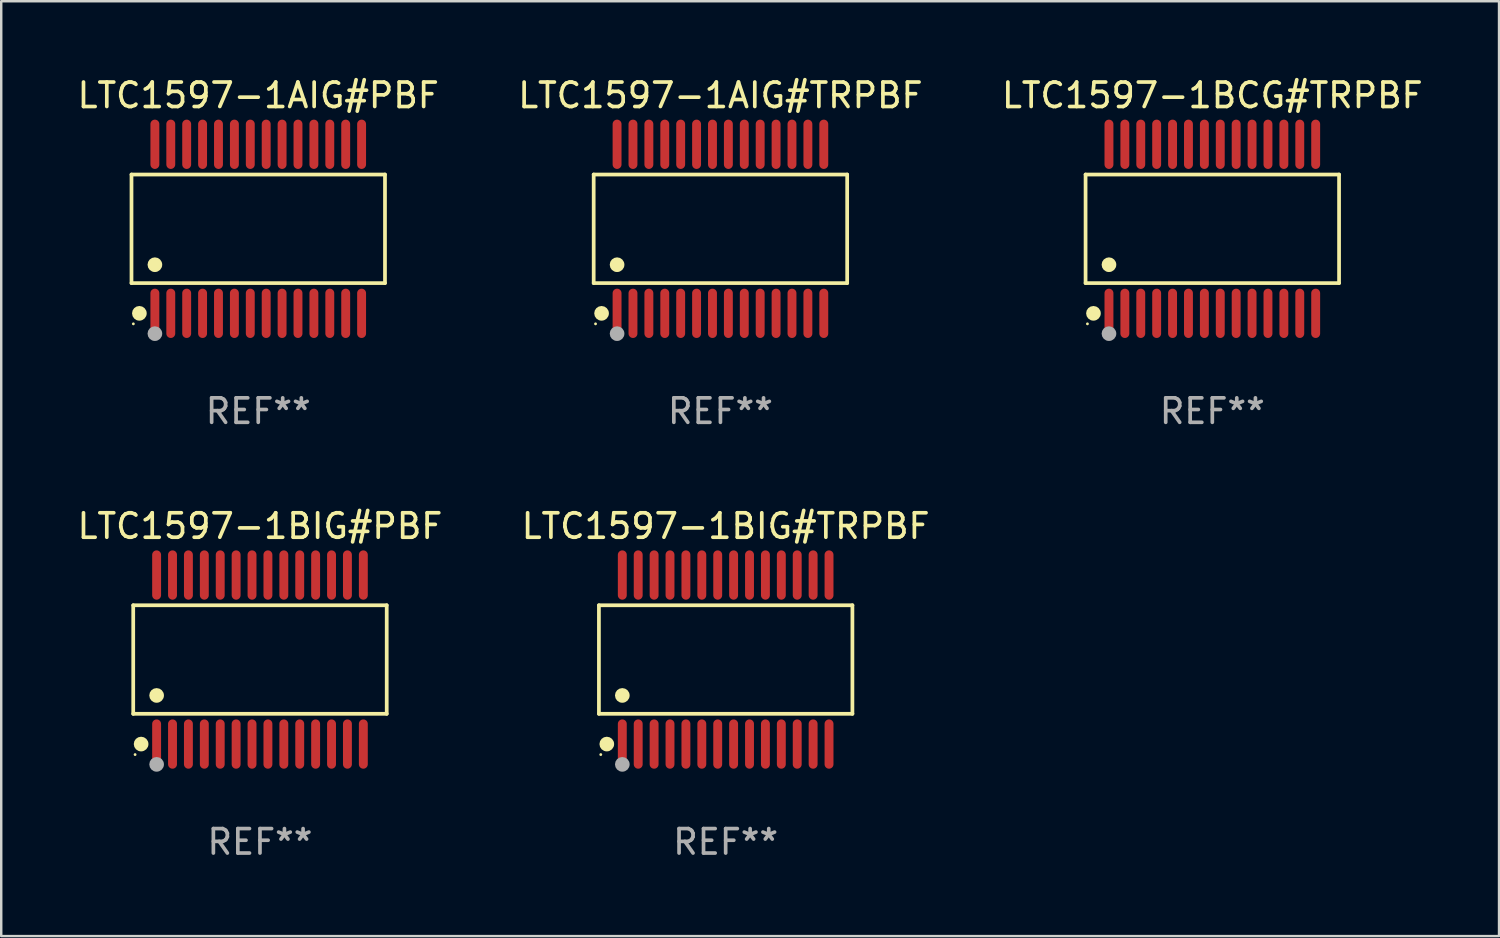
<source format=kicad_pcb>
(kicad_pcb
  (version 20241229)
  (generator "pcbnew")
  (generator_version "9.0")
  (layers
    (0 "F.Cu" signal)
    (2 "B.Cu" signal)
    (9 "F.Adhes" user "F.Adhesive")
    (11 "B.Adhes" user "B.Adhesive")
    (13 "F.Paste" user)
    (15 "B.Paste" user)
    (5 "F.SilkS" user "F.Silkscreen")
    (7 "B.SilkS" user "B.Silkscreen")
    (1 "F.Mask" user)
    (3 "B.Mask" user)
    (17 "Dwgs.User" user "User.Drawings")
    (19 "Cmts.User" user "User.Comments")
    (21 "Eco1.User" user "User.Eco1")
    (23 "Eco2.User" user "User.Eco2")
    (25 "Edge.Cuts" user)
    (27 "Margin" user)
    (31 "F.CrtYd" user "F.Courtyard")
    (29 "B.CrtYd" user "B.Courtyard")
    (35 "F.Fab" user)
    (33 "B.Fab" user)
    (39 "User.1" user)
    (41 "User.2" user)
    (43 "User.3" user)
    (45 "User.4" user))
  (footprint "LTC1597-1BIG#TRPBF"
    (layer "F.Cu")
    (at 26.613 23.91)
    (property "Reference" "LTC1597-1BIG#TRPBF" (at 0 -5.455 0) (layer "F.SilkS") (effects (font (size 1 1) (thickness 0.15))))
    (attr through_hole)
    (fp_line (start -5.181 -2.219) (end 5.181 -2.219) (stroke (width 0.152) (type solid)) (layer "F.SilkS"))
    (fp_line (start -5.181 2.219) (end -5.181 -2.219) (stroke (width 0.152) (type solid)) (layer "F.SilkS"))
    (fp_line (start 5.181 -2.219) (end 5.181 2.219) (stroke (width 0.152) (type solid)) (layer "F.SilkS"))
    (fp_line (start 5.181 2.219) (end -5.181 2.219) (stroke (width 0.152) (type solid)) (layer "F.SilkS"))
    (fp_circle (center -5.105 3.885) (end -5.075 3.885) (stroke (width 0.06) (type solid)) (fill no) (layer "F.SilkS"))
    (fp_circle (center -4.859 3.455) (end -4.709 3.455) (stroke (width 0.3) (type solid)) (fill no) (layer "F.SilkS"))
    (fp_circle (center -4.225 1.467) (end -4.075 1.467) (stroke (width 0.3) (type solid)) (fill no) (layer "F.SilkS"))
    (fp_circle (center -4.225 4.285) (end -4.075 4.285) (stroke (width 0.3) (type solid)) (fill no) (layer "F.Fab"))
    (fp_text user "REF**" (at 0 7.455 0) (layer "F.Fab") (effects (font (size 1 1) (thickness 0.15))))
    (pad "1" smd oval (at -4.225 3.455) (size 0.364 2.015) (layers "F.Cu" "F.Mask" "F.Paste"))
    (pad "2" smd oval (at -3.575 3.455) (size 0.364 2.015) (layers "F.Cu" "F.Mask" "F.Paste"))
    (pad "3" smd oval (at -2.925 3.455) (size 0.364 2.015) (layers "F.Cu" "F.Mask" "F.Paste"))
    (pad "4" smd oval (at -2.275 3.455) (size 0.364 2.015) (layers "F.Cu" "F.Mask" "F.Paste"))
    (pad "5" smd oval (at -1.625 3.455) (size 0.364 2.015) (layers "F.Cu" "F.Mask" "F.Paste"))
    (pad "6" smd oval (at -0.975 3.455) (size 0.364 2.015) (layers "F.Cu" "F.Mask" "F.Paste"))
    (pad "7" smd oval (at -0.325 3.455) (size 0.364 2.015) (layers "F.Cu" "F.Mask" "F.Paste"))
    (pad "8" smd oval (at 0.325 3.455) (size 0.364 2.015) (layers "F.Cu" "F.Mask" "F.Paste"))
    (pad "9" smd oval (at 0.975 3.455) (size 0.364 2.015) (layers "F.Cu" "F.Mask" "F.Paste"))
    (pad "10" smd oval (at 1.625 3.455) (size 0.364 2.015) (layers "F.Cu" "F.Mask" "F.Paste"))
    (pad "11" smd oval (at 2.275 3.455) (size 0.364 2.015) (layers "F.Cu" "F.Mask" "F.Paste"))
    (pad "12" smd oval (at 2.925 3.455) (size 0.364 2.015) (layers "F.Cu" "F.Mask" "F.Paste"))
    (pad "13" smd oval (at 3.575 3.455) (size 0.364 2.015) (layers "F.Cu" "F.Mask" "F.Paste"))
    (pad "14" smd oval (at 4.225 3.455) (size 0.364 2.015) (layers "F.Cu" "F.Mask" "F.Paste"))
    (pad "15" smd oval (at 4.225 -3.455) (size 0.364 2.015) (layers "F.Cu" "F.Mask" "F.Paste"))
    (pad "16" smd oval (at 3.575 -3.455) (size 0.364 2.015) (layers "F.Cu" "F.Mask" "F.Paste"))
    (pad "17" smd oval (at 2.925 -3.455) (size 0.364 2.015) (layers "F.Cu" "F.Mask" "F.Paste"))
    (pad "18" smd oval (at 2.275 -3.455) (size 0.364 2.015) (layers "F.Cu" "F.Mask" "F.Paste"))
    (pad "19" smd oval (at 1.625 -3.455) (size 0.364 2.015) (layers "F.Cu" "F.Mask" "F.Paste"))
    (pad "20" smd oval (at 0.975 -3.455) (size 0.364 2.015) (layers "F.Cu" "F.Mask" "F.Paste"))
    (pad "21" smd oval (at 0.325 -3.455) (size 0.364 2.015) (layers "F.Cu" "F.Mask" "F.Paste"))
    (pad "22" smd oval (at -0.325 -3.455) (size 0.364 2.015) (layers "F.Cu" "F.Mask" "F.Paste"))
    (pad "23" smd oval (at -0.975 -3.455) (size 0.364 2.015) (layers "F.Cu" "F.Mask" "F.Paste"))
    (pad "24" smd oval (at -1.625 -3.455) (size 0.364 2.015) (layers "F.Cu" "F.Mask" "F.Paste"))
    (pad "25" smd oval (at -2.275 -3.455) (size 0.364 2.015) (layers "F.Cu" "F.Mask" "F.Paste"))
    (pad "26" smd oval (at -2.925 -3.455) (size 0.364 2.015) (layers "F.Cu" "F.Mask" "F.Paste"))
    (pad "27" smd oval (at -3.575 -3.455) (size 0.364 2.015) (layers "F.Cu" "F.Mask" "F.Paste"))
    (pad "28" smd oval (at -4.225 -3.455) (size 0.364 2.015) (layers "F.Cu" "F.Mask" "F.Paste")))
  (footprint "LTC1597-1AIG#PBF"
    (layer "F.Cu")
    (at 7.506 6.303)
    (property "Reference" "LTC1597-1AIG#PBF" (at 0 -5.455 0) (layer "F.SilkS") (effects (font (size 1 1) (thickness 0.15))))
    (attr through_hole)
    (fp_line (start -5.181 -2.219) (end 5.181 -2.219) (stroke (width 0.152) (type solid)) (layer "F.SilkS"))
    (fp_line (start -5.181 2.219) (end -5.181 -2.219) (stroke (width 0.152) (type solid)) (layer "F.SilkS"))
    (fp_line (start 5.181 -2.219) (end 5.181 2.219) (stroke (width 0.152) (type solid)) (layer "F.SilkS"))
    (fp_line (start 5.181 2.219) (end -5.181 2.219) (stroke (width 0.152) (type solid)) (layer "F.SilkS"))
    (fp_circle (center -5.105 3.885) (end -5.075 3.885) (stroke (width 0.06) (type solid)) (fill no) (layer "F.SilkS"))
    (fp_circle (center -4.859 3.455) (end -4.709 3.455) (stroke (width 0.3) (type solid)) (fill no) (layer "F.SilkS"))
    (fp_circle (center -4.225 1.467) (end -4.075 1.467) (stroke (width 0.3) (type solid)) (fill no) (layer "F.SilkS"))
    (fp_circle (center -4.225 4.285) (end -4.075 4.285) (stroke (width 0.3) (type solid)) (fill no) (layer "F.Fab"))
    (fp_text user "REF**" (at 0 7.455 0) (layer "F.Fab") (effects (font (size 1 1) (thickness 0.15))))
    (pad "1" smd oval (at -4.225 3.455) (size 0.364 2.015) (layers "F.Cu" "F.Mask" "F.Paste"))
    (pad "2" smd oval (at -3.575 3.455) (size 0.364 2.015) (layers "F.Cu" "F.Mask" "F.Paste"))
    (pad "3" smd oval (at -2.925 3.455) (size 0.364 2.015) (layers "F.Cu" "F.Mask" "F.Paste"))
    (pad "4" smd oval (at -2.275 3.455) (size 0.364 2.015) (layers "F.Cu" "F.Mask" "F.Paste"))
    (pad "5" smd oval (at -1.625 3.455) (size 0.364 2.015) (layers "F.Cu" "F.Mask" "F.Paste"))
    (pad "6" smd oval (at -0.975 3.455) (size 0.364 2.015) (layers "F.Cu" "F.Mask" "F.Paste"))
    (pad "7" smd oval (at -0.325 3.455) (size 0.364 2.015) (layers "F.Cu" "F.Mask" "F.Paste"))
    (pad "8" smd oval (at 0.325 3.455) (size 0.364 2.015) (layers "F.Cu" "F.Mask" "F.Paste"))
    (pad "9" smd oval (at 0.975 3.455) (size 0.364 2.015) (layers "F.Cu" "F.Mask" "F.Paste"))
    (pad "10" smd oval (at 1.625 3.455) (size 0.364 2.015) (layers "F.Cu" "F.Mask" "F.Paste"))
    (pad "11" smd oval (at 2.275 3.455) (size 0.364 2.015) (layers "F.Cu" "F.Mask" "F.Paste"))
    (pad "12" smd oval (at 2.925 3.455) (size 0.364 2.015) (layers "F.Cu" "F.Mask" "F.Paste"))
    (pad "13" smd oval (at 3.575 3.455) (size 0.364 2.015) (layers "F.Cu" "F.Mask" "F.Paste"))
    (pad "14" smd oval (at 4.225 3.455) (size 0.364 2.015) (layers "F.Cu" "F.Mask" "F.Paste"))
    (pad "15" smd oval (at 4.225 -3.455) (size 0.364 2.015) (layers "F.Cu" "F.Mask" "F.Paste"))
    (pad "16" smd oval (at 3.575 -3.455) (size 0.364 2.015) (layers "F.Cu" "F.Mask" "F.Paste"))
    (pad "17" smd oval (at 2.925 -3.455) (size 0.364 2.015) (layers "F.Cu" "F.Mask" "F.Paste"))
    (pad "18" smd oval (at 2.275 -3.455) (size 0.364 2.015) (layers "F.Cu" "F.Mask" "F.Paste"))
    (pad "19" smd oval (at 1.625 -3.455) (size 0.364 2.015) (layers "F.Cu" "F.Mask" "F.Paste"))
    (pad "20" smd oval (at 0.975 -3.455) (size 0.364 2.015) (layers "F.Cu" "F.Mask" "F.Paste"))
    (pad "21" smd oval (at 0.325 -3.455) (size 0.364 2.015) (layers "F.Cu" "F.Mask" "F.Paste"))
    (pad "22" smd oval (at -0.325 -3.455) (size 0.364 2.015) (layers "F.Cu" "F.Mask" "F.Paste"))
    (pad "23" smd oval (at -0.975 -3.455) (size 0.364 2.015) (layers "F.Cu" "F.Mask" "F.Paste"))
    (pad "24" smd oval (at -1.625 -3.455) (size 0.364 2.015) (layers "F.Cu" "F.Mask" "F.Paste"))
    (pad "25" smd oval (at -2.275 -3.455) (size 0.364 2.015) (layers "F.Cu" "F.Mask" "F.Paste"))
    (pad "26" smd oval (at -2.925 -3.455) (size 0.364 2.015) (layers "F.Cu" "F.Mask" "F.Paste"))
    (pad "27" smd oval (at -3.575 -3.455) (size 0.364 2.015) (layers "F.Cu" "F.Mask" "F.Paste"))
    (pad "28" smd oval (at -4.225 -3.455) (size 0.364 2.015) (layers "F.Cu" "F.Mask" "F.Paste")))
  (footprint "LTC1597-1BCG#TRPBF"
    (layer "F.Cu")
    (at 46.506 6.303)
    (property "Reference" "LTC1597-1BCG#TRPBF" (at 0 -5.455 0) (layer "F.SilkS") (effects (font (size 1 1) (thickness 0.15))))
    (attr through_hole)
    (fp_line (start -5.181 -2.219) (end 5.181 -2.219) (stroke (width 0.152) (type solid)) (layer "F.SilkS"))
    (fp_line (start -5.181 2.219) (end -5.181 -2.219) (stroke (width 0.152) (type solid)) (layer "F.SilkS"))
    (fp_line (start 5.181 -2.219) (end 5.181 2.219) (stroke (width 0.152) (type solid)) (layer "F.SilkS"))
    (fp_line (start 5.181 2.219) (end -5.181 2.219) (stroke (width 0.152) (type solid)) (layer "F.SilkS"))
    (fp_circle (center -5.105 3.885) (end -5.075 3.885) (stroke (width 0.06) (type solid)) (fill no) (layer "F.SilkS"))
    (fp_circle (center -4.859 3.455) (end -4.709 3.455) (stroke (width 0.3) (type solid)) (fill no) (layer "F.SilkS"))
    (fp_circle (center -4.225 1.467) (end -4.075 1.467) (stroke (width 0.3) (type solid)) (fill no) (layer "F.SilkS"))
    (fp_circle (center -4.225 4.285) (end -4.075 4.285) (stroke (width 0.3) (type solid)) (fill no) (layer "F.Fab"))
    (fp_text user "REF**" (at 0 7.455 0) (layer "F.Fab") (effects (font (size 1 1) (thickness 0.15))))
    (pad "1" smd oval (at -4.225 3.455) (size 0.364 2.015) (layers "F.Cu" "F.Mask" "F.Paste"))
    (pad "2" smd oval (at -3.575 3.455) (size 0.364 2.015) (layers "F.Cu" "F.Mask" "F.Paste"))
    (pad "3" smd oval (at -2.925 3.455) (size 0.364 2.015) (layers "F.Cu" "F.Mask" "F.Paste"))
    (pad "4" smd oval (at -2.275 3.455) (size 0.364 2.015) (layers "F.Cu" "F.Mask" "F.Paste"))
    (pad "5" smd oval (at -1.625 3.455) (size 0.364 2.015) (layers "F.Cu" "F.Mask" "F.Paste"))
    (pad "6" smd oval (at -0.975 3.455) (size 0.364 2.015) (layers "F.Cu" "F.Mask" "F.Paste"))
    (pad "7" smd oval (at -0.325 3.455) (size 0.364 2.015) (layers "F.Cu" "F.Mask" "F.Paste"))
    (pad "8" smd oval (at 0.325 3.455) (size 0.364 2.015) (layers "F.Cu" "F.Mask" "F.Paste"))
    (pad "9" smd oval (at 0.975 3.455) (size 0.364 2.015) (layers "F.Cu" "F.Mask" "F.Paste"))
    (pad "10" smd oval (at 1.625 3.455) (size 0.364 2.015) (layers "F.Cu" "F.Mask" "F.Paste"))
    (pad "11" smd oval (at 2.275 3.455) (size 0.364 2.015) (layers "F.Cu" "F.Mask" "F.Paste"))
    (pad "12" smd oval (at 2.925 3.455) (size 0.364 2.015) (layers "F.Cu" "F.Mask" "F.Paste"))
    (pad "13" smd oval (at 3.575 3.455) (size 0.364 2.015) (layers "F.Cu" "F.Mask" "F.Paste"))
    (pad "14" smd oval (at 4.225 3.455) (size 0.364 2.015) (layers "F.Cu" "F.Mask" "F.Paste"))
    (pad "15" smd oval (at 4.225 -3.455) (size 0.364 2.015) (layers "F.Cu" "F.Mask" "F.Paste"))
    (pad "16" smd oval (at 3.575 -3.455) (size 0.364 2.015) (layers "F.Cu" "F.Mask" "F.Paste"))
    (pad "17" smd oval (at 2.925 -3.455) (size 0.364 2.015) (layers "F.Cu" "F.Mask" "F.Paste"))
    (pad "18" smd oval (at 2.275 -3.455) (size 0.364 2.015) (layers "F.Cu" "F.Mask" "F.Paste"))
    (pad "19" smd oval (at 1.625 -3.455) (size 0.364 2.015) (layers "F.Cu" "F.Mask" "F.Paste"))
    (pad "20" smd oval (at 0.975 -3.455) (size 0.364 2.015) (layers "F.Cu" "F.Mask" "F.Paste"))
    (pad "21" smd oval (at 0.325 -3.455) (size 0.364 2.015) (layers "F.Cu" "F.Mask" "F.Paste"))
    (pad "22" smd oval (at -0.325 -3.455) (size 0.364 2.015) (layers "F.Cu" "F.Mask" "F.Paste"))
    (pad "23" smd oval (at -0.975 -3.455) (size 0.364 2.015) (layers "F.Cu" "F.Mask" "F.Paste"))
    (pad "24" smd oval (at -1.625 -3.455) (size 0.364 2.015) (layers "F.Cu" "F.Mask" "F.Paste"))
    (pad "25" smd oval (at -2.275 -3.455) (size 0.364 2.015) (layers "F.Cu" "F.Mask" "F.Paste"))
    (pad "26" smd oval (at -2.925 -3.455) (size 0.364 2.015) (layers "F.Cu" "F.Mask" "F.Paste"))
    (pad "27" smd oval (at -3.575 -3.455) (size 0.364 2.015) (layers "F.Cu" "F.Mask" "F.Paste"))
    (pad "28" smd oval (at -4.225 -3.455) (size 0.364 2.015) (layers "F.Cu" "F.Mask" "F.Paste")))
  (footprint "LTC1597-1BIG#PBF"
    (layer "F.Cu")
    (at 7.577 23.91)
    (property "Reference" "LTC1597-1BIG#PBF" (at 0 -5.455 0) (layer "F.SilkS") (effects (font (size 1 1) (thickness 0.15))))
    (attr through_hole)
    (fp_line (start -5.181 -2.219) (end 5.181 -2.219) (stroke (width 0.152) (type solid)) (layer "F.SilkS"))
    (fp_line (start -5.181 2.219) (end -5.181 -2.219) (stroke (width 0.152) (type solid)) (layer "F.SilkS"))
    (fp_line (start 5.181 -2.219) (end 5.181 2.219) (stroke (width 0.152) (type solid)) (layer "F.SilkS"))
    (fp_line (start 5.181 2.219) (end -5.181 2.219) (stroke (width 0.152) (type solid)) (layer "F.SilkS"))
    (fp_circle (center -5.105 3.885) (end -5.075 3.885) (stroke (width 0.06) (type solid)) (fill no) (layer "F.SilkS"))
    (fp_circle (center -4.859 3.455) (end -4.709 3.455) (stroke (width 0.3) (type solid)) (fill no) (layer "F.SilkS"))
    (fp_circle (center -4.225 1.467) (end -4.075 1.467) (stroke (width 0.3) (type solid)) (fill no) (layer "F.SilkS"))
    (fp_circle (center -4.225 4.285) (end -4.075 4.285) (stroke (width 0.3) (type solid)) (fill no) (layer "F.Fab"))
    (fp_text user "REF**" (at 0 7.455 0) (layer "F.Fab") (effects (font (size 1 1) (thickness 0.15))))
    (pad "1" smd oval (at -4.225 3.455) (size 0.364 2.015) (layers "F.Cu" "F.Mask" "F.Paste"))
    (pad "2" smd oval (at -3.575 3.455) (size 0.364 2.015) (layers "F.Cu" "F.Mask" "F.Paste"))
    (pad "3" smd oval (at -2.925 3.455) (size 0.364 2.015) (layers "F.Cu" "F.Mask" "F.Paste"))
    (pad "4" smd oval (at -2.275 3.455) (size 0.364 2.015) (layers "F.Cu" "F.Mask" "F.Paste"))
    (pad "5" smd oval (at -1.625 3.455) (size 0.364 2.015) (layers "F.Cu" "F.Mask" "F.Paste"))
    (pad "6" smd oval (at -0.975 3.455) (size 0.364 2.015) (layers "F.Cu" "F.Mask" "F.Paste"))
    (pad "7" smd oval (at -0.325 3.455) (size 0.364 2.015) (layers "F.Cu" "F.Mask" "F.Paste"))
    (pad "8" smd oval (at 0.325 3.455) (size 0.364 2.015) (layers "F.Cu" "F.Mask" "F.Paste"))
    (pad "9" smd oval (at 0.975 3.455) (size 0.364 2.015) (layers "F.Cu" "F.Mask" "F.Paste"))
    (pad "10" smd oval (at 1.625 3.455) (size 0.364 2.015) (layers "F.Cu" "F.Mask" "F.Paste"))
    (pad "11" smd oval (at 2.275 3.455) (size 0.364 2.015) (layers "F.Cu" "F.Mask" "F.Paste"))
    (pad "12" smd oval (at 2.925 3.455) (size 0.364 2.015) (layers "F.Cu" "F.Mask" "F.Paste"))
    (pad "13" smd oval (at 3.575 3.455) (size 0.364 2.015) (layers "F.Cu" "F.Mask" "F.Paste"))
    (pad "14" smd oval (at 4.225 3.455) (size 0.364 2.015) (layers "F.Cu" "F.Mask" "F.Paste"))
    (pad "15" smd oval (at 4.225 -3.455) (size 0.364 2.015) (layers "F.Cu" "F.Mask" "F.Paste"))
    (pad "16" smd oval (at 3.575 -3.455) (size 0.364 2.015) (layers "F.Cu" "F.Mask" "F.Paste"))
    (pad "17" smd oval (at 2.925 -3.455) (size 0.364 2.015) (layers "F.Cu" "F.Mask" "F.Paste"))
    (pad "18" smd oval (at 2.275 -3.455) (size 0.364 2.015) (layers "F.Cu" "F.Mask" "F.Paste"))
    (pad "19" smd oval (at 1.625 -3.455) (size 0.364 2.015) (layers "F.Cu" "F.Mask" "F.Paste"))
    (pad "20" smd oval (at 0.975 -3.455) (size 0.364 2.015) (layers "F.Cu" "F.Mask" "F.Paste"))
    (pad "21" smd oval (at 0.325 -3.455) (size 0.364 2.015) (layers "F.Cu" "F.Mask" "F.Paste"))
    (pad "22" smd oval (at -0.325 -3.455) (size 0.364 2.015) (layers "F.Cu" "F.Mask" "F.Paste"))
    (pad "23" smd oval (at -0.975 -3.455) (size 0.364 2.015) (layers "F.Cu" "F.Mask" "F.Paste"))
    (pad "24" smd oval (at -1.625 -3.455) (size 0.364 2.015) (layers "F.Cu" "F.Mask" "F.Paste"))
    (pad "25" smd oval (at -2.275 -3.455) (size 0.364 2.015) (layers "F.Cu" "F.Mask" "F.Paste"))
    (pad "26" smd oval (at -2.925 -3.455) (size 0.364 2.015) (layers "F.Cu" "F.Mask" "F.Paste"))
    (pad "27" smd oval (at -3.575 -3.455) (size 0.364 2.015) (layers "F.Cu" "F.Mask" "F.Paste"))
    (pad "28" smd oval (at -4.225 -3.455) (size 0.364 2.015) (layers "F.Cu" "F.Mask" "F.Paste")))
  (footprint "LTC1597-1AIG#TRPBF"
    (layer "F.Cu")
    (at 26.399 6.303)
    (property "Reference" "LTC1597-1AIG#TRPBF" (at 0 -5.455 0) (layer "F.SilkS") (effects (font (size 1 1) (thickness 0.15))))
    (attr through_hole)
    (fp_line (start -5.181 -2.219) (end 5.181 -2.219) (stroke (width 0.152) (type solid)) (layer "F.SilkS"))
    (fp_line (start -5.181 2.219) (end -5.181 -2.219) (stroke (width 0.152) (type solid)) (layer "F.SilkS"))
    (fp_line (start 5.181 -2.219) (end 5.181 2.219) (stroke (width 0.152) (type solid)) (layer "F.SilkS"))
    (fp_line (start 5.181 2.219) (end -5.181 2.219) (stroke (width 0.152) (type solid)) (layer "F.SilkS"))
    (fp_circle (center -5.105 3.885) (end -5.075 3.885) (stroke (width 0.06) (type solid)) (fill no) (layer "F.SilkS"))
    (fp_circle (center -4.859 3.455) (end -4.709 3.455) (stroke (width 0.3) (type solid)) (fill no) (layer "F.SilkS"))
    (fp_circle (center -4.225 1.467) (end -4.075 1.467) (stroke (width 0.3) (type solid)) (fill no) (layer "F.SilkS"))
    (fp_circle (center -4.225 4.285) (end -4.075 4.285) (stroke (width 0.3) (type solid)) (fill no) (layer "F.Fab"))
    (fp_text user "REF**" (at 0 7.455 0) (layer "F.Fab") (effects (font (size 1 1) (thickness 0.15))))
    (pad "1" smd oval (at -4.225 3.455) (size 0.364 2.015) (layers "F.Cu" "F.Mask" "F.Paste"))
    (pad "2" smd oval (at -3.575 3.455) (size 0.364 2.015) (layers "F.Cu" "F.Mask" "F.Paste"))
    (pad "3" smd oval (at -2.925 3.455) (size 0.364 2.015) (layers "F.Cu" "F.Mask" "F.Paste"))
    (pad "4" smd oval (at -2.275 3.455) (size 0.364 2.015) (layers "F.Cu" "F.Mask" "F.Paste"))
    (pad "5" smd oval (at -1.625 3.455) (size 0.364 2.015) (layers "F.Cu" "F.Mask" "F.Paste"))
    (pad "6" smd oval (at -0.975 3.455) (size 0.364 2.015) (layers "F.Cu" "F.Mask" "F.Paste"))
    (pad "7" smd oval (at -0.325 3.455) (size 0.364 2.015) (layers "F.Cu" "F.Mask" "F.Paste"))
    (pad "8" smd oval (at 0.325 3.455) (size 0.364 2.015) (layers "F.Cu" "F.Mask" "F.Paste"))
    (pad "9" smd oval (at 0.975 3.455) (size 0.364 2.015) (layers "F.Cu" "F.Mask" "F.Paste"))
    (pad "10" smd oval (at 1.625 3.455) (size 0.364 2.015) (layers "F.Cu" "F.Mask" "F.Paste"))
    (pad "11" smd oval (at 2.275 3.455) (size 0.364 2.015) (layers "F.Cu" "F.Mask" "F.Paste"))
    (pad "12" smd oval (at 2.925 3.455) (size 0.364 2.015) (layers "F.Cu" "F.Mask" "F.Paste"))
    (pad "13" smd oval (at 3.575 3.455) (size 0.364 2.015) (layers "F.Cu" "F.Mask" "F.Paste"))
    (pad "14" smd oval (at 4.225 3.455) (size 0.364 2.015) (layers "F.Cu" "F.Mask" "F.Paste"))
    (pad "15" smd oval (at 4.225 -3.455) (size 0.364 2.015) (layers "F.Cu" "F.Mask" "F.Paste"))
    (pad "16" smd oval (at 3.575 -3.455) (size 0.364 2.015) (layers "F.Cu" "F.Mask" "F.Paste"))
    (pad "17" smd oval (at 2.925 -3.455) (size 0.364 2.015) (layers "F.Cu" "F.Mask" "F.Paste"))
    (pad "18" smd oval (at 2.275 -3.455) (size 0.364 2.015) (layers "F.Cu" "F.Mask" "F.Paste"))
    (pad "19" smd oval (at 1.625 -3.455) (size 0.364 2.015) (layers "F.Cu" "F.Mask" "F.Paste"))
    (pad "20" smd oval (at 0.975 -3.455) (size 0.364 2.015) (layers "F.Cu" "F.Mask" "F.Paste"))
    (pad "21" smd oval (at 0.325 -3.455) (size 0.364 2.015) (layers "F.Cu" "F.Mask" "F.Paste"))
    (pad "22" smd oval (at -0.325 -3.455) (size 0.364 2.015) (layers "F.Cu" "F.Mask" "F.Paste"))
    (pad "23" smd oval (at -0.975 -3.455) (size 0.364 2.015) (layers "F.Cu" "F.Mask" "F.Paste"))
    (pad "24" smd oval (at -1.625 -3.455) (size 0.364 2.015) (layers "F.Cu" "F.Mask" "F.Paste"))
    (pad "25" smd oval (at -2.275 -3.455) (size 0.364 2.015) (layers "F.Cu" "F.Mask" "F.Paste"))
    (pad "26" smd oval (at -2.925 -3.455) (size 0.364 2.015) (layers "F.Cu" "F.Mask" "F.Paste"))
    (pad "27" smd oval (at -3.575 -3.455) (size 0.364 2.015) (layers "F.Cu" "F.Mask" "F.Paste"))
    (pad "28" smd oval (at -4.225 -3.455) (size 0.364 2.015) (layers "F.Cu" "F.Mask" "F.Paste")))
  (gr_rect
    (start -3 -3)
    (end 58.226 35.214)
    (stroke (width 0.1) (type default))
    (fill no)
    (layer "Edge.Cuts")))
</source>
